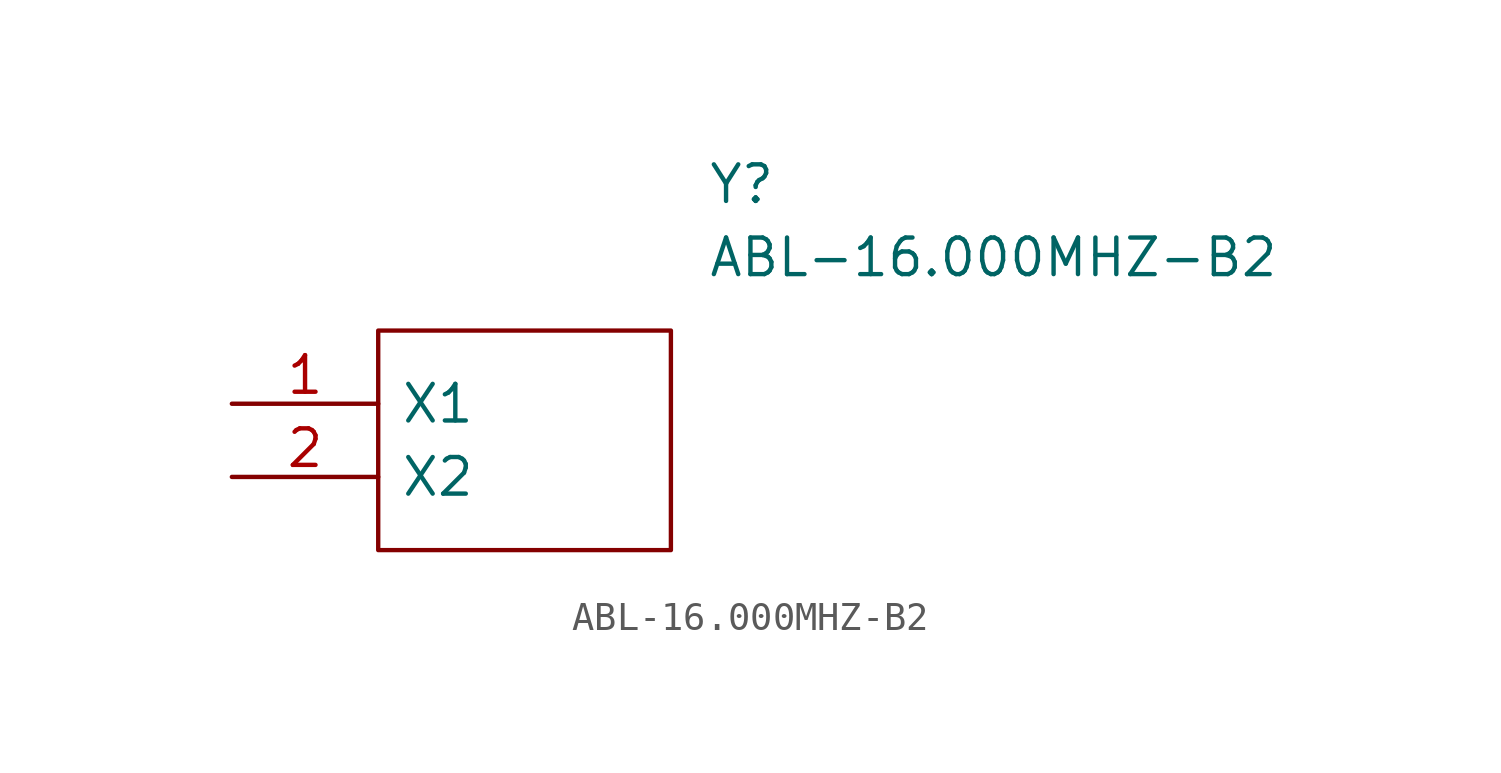
<source format=kicad_sym>
(kicad_symbol_lib
  (version 20211014)
  (generator kicad_symbol_editor)
  (symbol "ABL-16.000MHZ-B2"
    (pin_names
      (offset 0.762))
    (property "Reference" "Y"
      (at 16.51 7.62 0)
      (effects (font (size 1.27 1.27)) (justify left)))
    (property "Value" "ABL-16.000MHZ-B2"
      (at 16.51 5.08 0)
      (effects (font (size 1.27 1.27)) (justify left)))
    (symbol "ABL-16.000MHZ-B2_0_0"
      (pin passive line (at 0 0 0) (length 5.08) (name "X1" (effects (font (size 1.27 1.27)))) (number "1" (effects (font (size 1.27 1.27)))))
      (pin passive line (at 0 -2.54 0) (length 5.08) (name "X2" (effects (font (size 1.27 1.27)))) (number "2" (effects (font (size 1.27 1.27))))))
    (symbol "ABL-16.000MHZ-B2_0_1"
      (polyline (pts (xy 5.08 2.54) (xy 15.24 2.54) (xy 15.24 -5.08) (xy 5.08 -5.08) (xy 5.08 2.54)) (stroke (width 0.152) (type default) (color 0 0 0 0)) (fill (type none))))))
</source>
